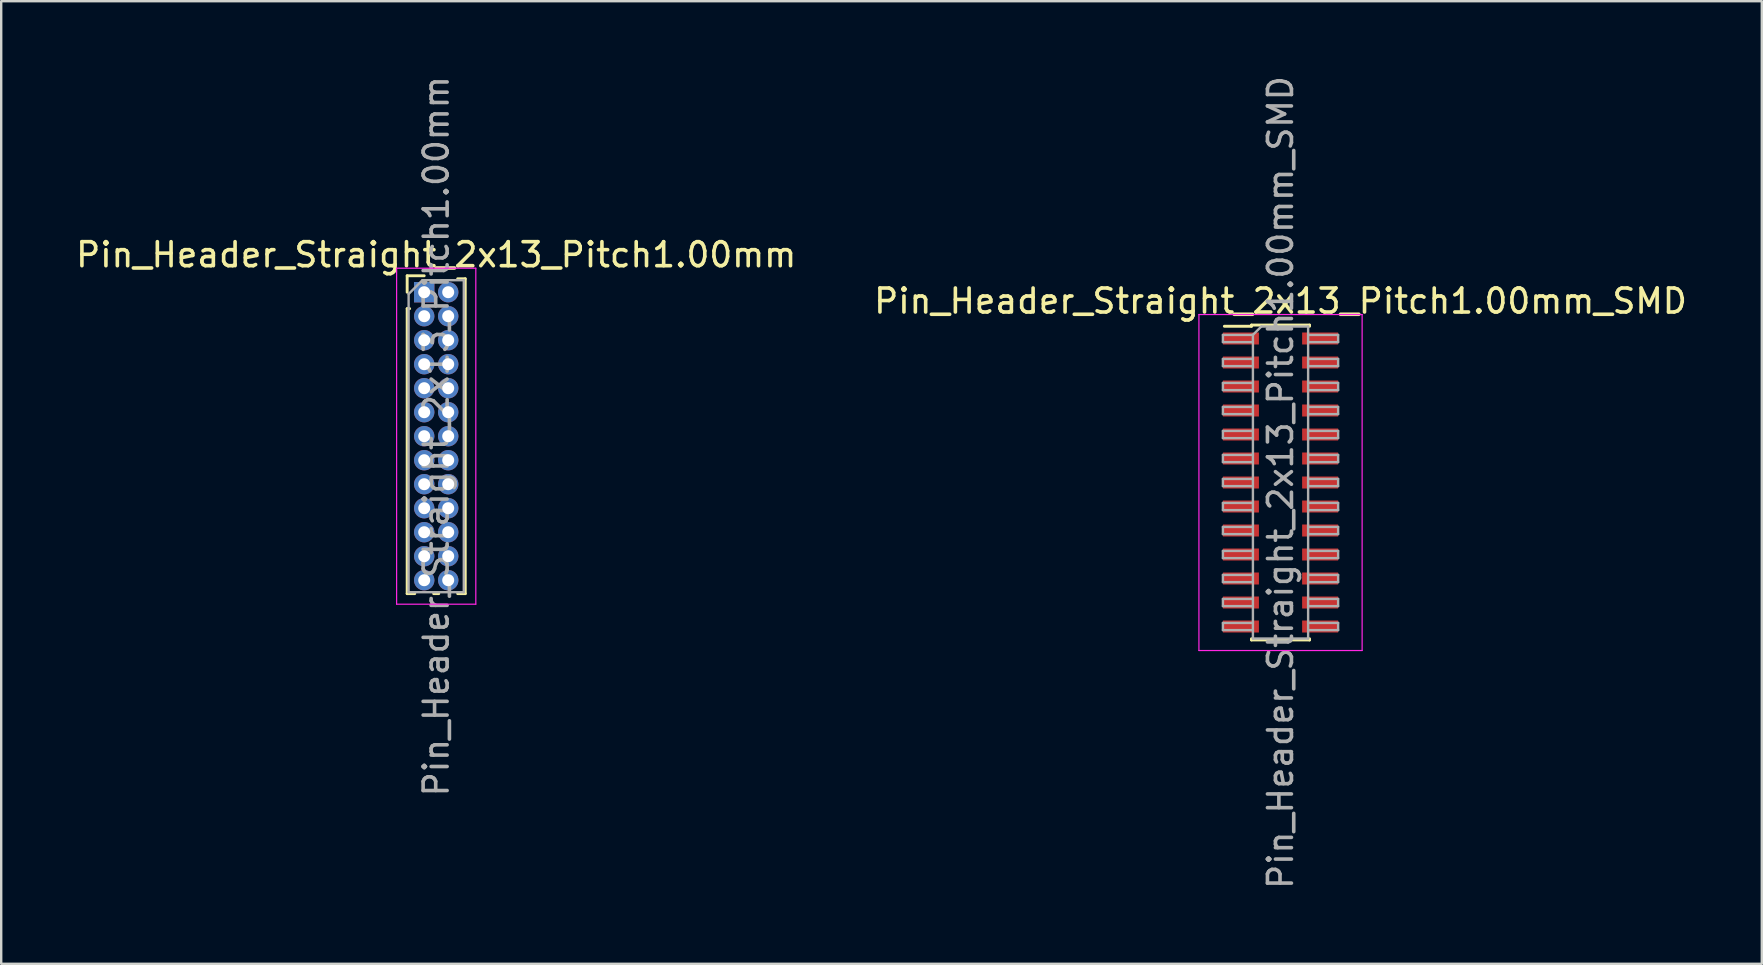
<source format=kicad_pcb>
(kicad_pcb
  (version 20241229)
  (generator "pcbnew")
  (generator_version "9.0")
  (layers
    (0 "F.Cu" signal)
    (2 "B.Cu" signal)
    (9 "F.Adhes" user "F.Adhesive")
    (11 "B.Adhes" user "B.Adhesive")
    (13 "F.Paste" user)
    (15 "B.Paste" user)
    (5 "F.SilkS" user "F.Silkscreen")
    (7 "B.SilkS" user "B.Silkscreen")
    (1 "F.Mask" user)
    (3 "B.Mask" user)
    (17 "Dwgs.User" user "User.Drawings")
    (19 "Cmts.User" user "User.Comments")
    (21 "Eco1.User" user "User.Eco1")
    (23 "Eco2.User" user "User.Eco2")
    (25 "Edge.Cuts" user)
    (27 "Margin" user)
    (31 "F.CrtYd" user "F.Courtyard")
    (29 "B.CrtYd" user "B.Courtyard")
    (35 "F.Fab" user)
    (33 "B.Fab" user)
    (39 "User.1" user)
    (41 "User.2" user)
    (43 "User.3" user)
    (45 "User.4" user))
  (footprint "Pin_Header_Straight_2x13_Pitch1.00mm"
    (layer "F.Cu")
    (at 14.625 9.125)
    (property "Reference" "Pin_Header_Straight_2x13_Pitch1.00mm" (at 0.5 -1.56 0) (layer "F.SilkS") (effects (font (size 1 1) (thickness 0.15))))
    (attr through_hole)
    (fp_line (start -0.71 -0.685) (end 0 -0.685) (stroke (width 0.12) (type solid)) (layer "F.SilkS"))
    (fp_line (start -0.71 0) (end -0.71 -0.685) (stroke (width 0.12) (type solid)) (layer "F.SilkS"))
    (fp_line (start -0.71 0.685) (end -0.71 12.56) (stroke (width 0.12) (type solid)) (layer "F.SilkS"))
    (fp_line (start -0.71 0.685) (end -0.608 0.685) (stroke (width 0.12) (type solid)) (layer "F.SilkS"))
    (fp_line (start -0.71 12.56) (end -0.394 12.56) (stroke (width 0.12) (type solid)) (layer "F.SilkS"))
    (fp_line (start 0.394 12.56) (end 0.606 12.56) (stroke (width 0.12) (type solid)) (layer "F.SilkS"))
    (fp_line (start 1.394 -0.56) (end 1.71 -0.56) (stroke (width 0.12) (type solid)) (layer "F.SilkS"))
    (fp_line (start 1.394 12.56) (end 1.71 12.56) (stroke (width 0.12) (type solid)) (layer "F.SilkS"))
    (fp_line (start 1.71 -0.56) (end 1.71 12.56) (stroke (width 0.12) (type solid)) (layer "F.SilkS"))
    (fp_line (start -1.15 -1) (end -1.15 13) (stroke (width 0.05) (type solid)) (layer "F.CrtYd"))
    (fp_line (start -1.15 13) (end 2.15 13) (stroke (width 0.05) (type solid)) (layer "F.CrtYd"))
    (fp_line (start 2.15 -1) (end -1.15 -1) (stroke (width 0.05) (type solid)) (layer "F.CrtYd"))
    (fp_line (start 2.15 13) (end 2.15 -1) (stroke (width 0.05) (type solid)) (layer "F.CrtYd"))
    (fp_line (start -0.65 0.075) (end -0.075 -0.5) (stroke (width 0.1) (type solid)) (layer "F.Fab"))
    (fp_line (start -0.65 12.5) (end -0.65 0.075) (stroke (width 0.1) (type solid)) (layer "F.Fab"))
    (fp_line (start -0.075 -0.5) (end 1.65 -0.5) (stroke (width 0.1) (type solid)) (layer "F.Fab"))
    (fp_line (start 1.65 -0.5) (end 1.65 12.5) (stroke (width 0.1) (type solid)) (layer "F.Fab"))
    (fp_line (start 1.65 12.5) (end -0.65 12.5) (stroke (width 0.1) (type solid)) (layer "F.Fab"))
    (fp_text user "${REFERENCE}" (at 0.5 6 90) (layer "F.Fab") (effects (font (size 1 1) (thickness 0.15))))
    (pad "1" thru_hole rect (at 0 0) (size 0.85 0.85) (drill 0.5) (layers "*.Cu" "*.Mask"))
    (pad "2" thru_hole oval (at 1 0) (size 0.85 0.85) (drill 0.5) (layers "*.Cu" "*.Mask"))
    (pad "3" thru_hole oval (at 0 1) (size 0.85 0.85) (drill 0.5) (layers "*.Cu" "*.Mask"))
    (pad "4" thru_hole oval (at 1 1) (size 0.85 0.85) (drill 0.5) (layers "*.Cu" "*.Mask"))
    (pad "5" thru_hole oval (at 0 2) (size 0.85 0.85) (drill 0.5) (layers "*.Cu" "*.Mask"))
    (pad "6" thru_hole oval (at 1 2) (size 0.85 0.85) (drill 0.5) (layers "*.Cu" "*.Mask"))
    (pad "7" thru_hole oval (at 0 3) (size 0.85 0.85) (drill 0.5) (layers "*.Cu" "*.Mask"))
    (pad "8" thru_hole oval (at 1 3) (size 0.85 0.85) (drill 0.5) (layers "*.Cu" "*.Mask"))
    (pad "9" thru_hole oval (at 0 4) (size 0.85 0.85) (drill 0.5) (layers "*.Cu" "*.Mask"))
    (pad "10" thru_hole oval (at 1 4) (size 0.85 0.85) (drill 0.5) (layers "*.Cu" "*.Mask"))
    (pad "11" thru_hole oval (at 0 5) (size 0.85 0.85) (drill 0.5) (layers "*.Cu" "*.Mask"))
    (pad "12" thru_hole oval (at 1 5) (size 0.85 0.85) (drill 0.5) (layers "*.Cu" "*.Mask"))
    (pad "13" thru_hole oval (at 0 6) (size 0.85 0.85) (drill 0.5) (layers "*.Cu" "*.Mask"))
    (pad "14" thru_hole oval (at 1 6) (size 0.85 0.85) (drill 0.5) (layers "*.Cu" "*.Mask"))
    (pad "15" thru_hole oval (at 0 7) (size 0.85 0.85) (drill 0.5) (layers "*.Cu" "*.Mask"))
    (pad "16" thru_hole oval (at 1 7) (size 0.85 0.85) (drill 0.5) (layers "*.Cu" "*.Mask"))
    (pad "17" thru_hole oval (at 0 8) (size 0.85 0.85) (drill 0.5) (layers "*.Cu" "*.Mask"))
    (pad "18" thru_hole oval (at 1 8) (size 0.85 0.85) (drill 0.5) (layers "*.Cu" "*.Mask"))
    (pad "19" thru_hole oval (at 0 9) (size 0.85 0.85) (drill 0.5) (layers "*.Cu" "*.Mask"))
    (pad "20" thru_hole oval (at 1 9) (size 0.85 0.85) (drill 0.5) (layers "*.Cu" "*.Mask"))
    (pad "21" thru_hole oval (at 0 10) (size 0.85 0.85) (drill 0.5) (layers "*.Cu" "*.Mask"))
    (pad "22" thru_hole oval (at 1 10) (size 0.85 0.85) (drill 0.5) (layers "*.Cu" "*.Mask"))
    (pad "23" thru_hole oval (at 0 11) (size 0.85 0.85) (drill 0.5) (layers "*.Cu" "*.Mask"))
    (pad "24" thru_hole oval (at 1 11) (size 0.85 0.85) (drill 0.5) (layers "*.Cu" "*.Mask"))
    (pad "25" thru_hole oval (at 0 12) (size 0.85 0.85) (drill 0.5) (layers "*.Cu" "*.Mask"))
    (pad "26" thru_hole oval (at 1 12) (size 0.85 0.85) (drill 0.5) (layers "*.Cu" "*.Mask")))
  (footprint "Pin_Header_Straight_2x13_Pitch1.00mm_SMD"
    (layer "F.Cu")
    (at 50.304 17.054)
    (property "Reference" "Pin_Header_Straight_2x13_Pitch1.00mm_SMD" (at 0 -7.56 0) (layer "F.SilkS") (effects (font (size 1 1) (thickness 0.15))))
    (attr smd)
    (fp_line (start -2.34 -6.51) (end -1.21 -6.51) (stroke (width 0.12) (type solid)) (layer "F.SilkS"))
    (fp_line (start -1.21 -6.56) (end -1.21 -6.51) (stroke (width 0.12) (type solid)) (layer "F.SilkS"))
    (fp_line (start -1.21 -6.56) (end 1.21 -6.56) (stroke (width 0.12) (type solid)) (layer "F.SilkS"))
    (fp_line (start -1.21 6.51) (end -1.21 6.56) (stroke (width 0.12) (type solid)) (layer "F.SilkS"))
    (fp_line (start -1.21 6.56) (end 1.21 6.56) (stroke (width 0.12) (type solid)) (layer "F.SilkS"))
    (fp_line (start 1.21 -6.56) (end 1.21 -6.51) (stroke (width 0.12) (type solid)) (layer "F.SilkS"))
    (fp_line (start 1.21 6.51) (end 1.21 6.56) (stroke (width 0.12) (type solid)) (layer "F.SilkS"))
    (fp_line (start -3.4 -7) (end -3.4 7) (stroke (width 0.05) (type solid)) (layer "F.CrtYd"))
    (fp_line (start -3.4 7) (end 3.4 7) (stroke (width 0.05) (type solid)) (layer "F.CrtYd"))
    (fp_line (start 3.4 -7) (end -3.4 -7) (stroke (width 0.05) (type solid)) (layer "F.CrtYd"))
    (fp_line (start 3.4 7) (end 3.4 -7) (stroke (width 0.05) (type solid)) (layer "F.CrtYd"))
    (fp_line (start -2.4 -6.15) (end -2.4 -5.85) (stroke (width 0.1) (type solid)) (layer "F.Fab"))
    (fp_line (start -2.4 -5.85) (end -1.15 -5.85) (stroke (width 0.1) (type solid)) (layer "F.Fab"))
    (fp_line (start -2.4 -5.15) (end -2.4 -4.85) (stroke (width 0.1) (type solid)) (layer "F.Fab"))
    (fp_line (start -2.4 -4.85) (end -1.15 -4.85) (stroke (width 0.1) (type solid)) (layer "F.Fab"))
    (fp_line (start -2.4 -4.15) (end -2.4 -3.85) (stroke (width 0.1) (type solid)) (layer "F.Fab"))
    (fp_line (start -2.4 -3.85) (end -1.15 -3.85) (stroke (width 0.1) (type solid)) (layer "F.Fab"))
    (fp_line (start -2.4 -3.15) (end -2.4 -2.85) (stroke (width 0.1) (type solid)) (layer "F.Fab"))
    (fp_line (start -2.4 -2.85) (end -1.15 -2.85) (stroke (width 0.1) (type solid)) (layer "F.Fab"))
    (fp_line (start -2.4 -2.15) (end -2.4 -1.85) (stroke (width 0.1) (type solid)) (layer "F.Fab"))
    (fp_line (start -2.4 -1.85) (end -1.15 -1.85) (stroke (width 0.1) (type solid)) (layer "F.Fab"))
    (fp_line (start -2.4 -1.15) (end -2.4 -0.85) (stroke (width 0.1) (type solid)) (layer "F.Fab"))
    (fp_line (start -2.4 -0.85) (end -1.15 -0.85) (stroke (width 0.1) (type solid)) (layer "F.Fab"))
    (fp_line (start -2.4 -0.15) (end -2.4 0.15) (stroke (width 0.1) (type solid)) (layer "F.Fab"))
    (fp_line (start -2.4 0.15) (end -1.15 0.15) (stroke (width 0.1) (type solid)) (layer "F.Fab"))
    (fp_line (start -2.4 0.85) (end -2.4 1.15) (stroke (width 0.1) (type solid)) (layer "F.Fab"))
    (fp_line (start -2.4 1.15) (end -1.15 1.15) (stroke (width 0.1) (type solid)) (layer "F.Fab"))
    (fp_line (start -2.4 1.85) (end -2.4 2.15) (stroke (width 0.1) (type solid)) (layer "F.Fab"))
    (fp_line (start -2.4 2.15) (end -1.15 2.15) (stroke (width 0.1) (type solid)) (layer "F.Fab"))
    (fp_line (start -2.4 2.85) (end -2.4 3.15) (stroke (width 0.1) (type solid)) (layer "F.Fab"))
    (fp_line (start -2.4 3.15) (end -1.15 3.15) (stroke (width 0.1) (type solid)) (layer "F.Fab"))
    (fp_line (start -2.4 3.85) (end -2.4 4.15) (stroke (width 0.1) (type solid)) (layer "F.Fab"))
    (fp_line (start -2.4 4.15) (end -1.15 4.15) (stroke (width 0.1) (type solid)) (layer "F.Fab"))
    (fp_line (start -2.4 4.85) (end -2.4 5.15) (stroke (width 0.1) (type solid)) (layer "F.Fab"))
    (fp_line (start -2.4 5.15) (end -1.15 5.15) (stroke (width 0.1) (type solid)) (layer "F.Fab"))
    (fp_line (start -2.4 5.85) (end -2.4 6.15) (stroke (width 0.1) (type solid)) (layer "F.Fab"))
    (fp_line (start -2.4 6.15) (end -1.15 6.15) (stroke (width 0.1) (type solid)) (layer "F.Fab"))
    (fp_line (start -1.15 -6.15) (end -2.4 -6.15) (stroke (width 0.1) (type solid)) (layer "F.Fab"))
    (fp_line (start -1.15 -6.15) (end -0.8 -6.5) (stroke (width 0.1) (type solid)) (layer "F.Fab"))
    (fp_line (start -1.15 -5.15) (end -2.4 -5.15) (stroke (width 0.1) (type solid)) (layer "F.Fab"))
    (fp_line (start -1.15 -4.15) (end -2.4 -4.15) (stroke (width 0.1) (type solid)) (layer "F.Fab"))
    (fp_line (start -1.15 -3.15) (end -2.4 -3.15) (stroke (width 0.1) (type solid)) (layer "F.Fab"))
    (fp_line (start -1.15 -2.15) (end -2.4 -2.15) (stroke (width 0.1) (type solid)) (layer "F.Fab"))
    (fp_line (start -1.15 -1.15) (end -2.4 -1.15) (stroke (width 0.1) (type solid)) (layer "F.Fab"))
    (fp_line (start -1.15 -0.15) (end -2.4 -0.15) (stroke (width 0.1) (type solid)) (layer "F.Fab"))
    (fp_line (start -1.15 0.85) (end -2.4 0.85) (stroke (width 0.1) (type solid)) (layer "F.Fab"))
    (fp_line (start -1.15 1.85) (end -2.4 1.85) (stroke (width 0.1) (type solid)) (layer "F.Fab"))
    (fp_line (start -1.15 2.85) (end -2.4 2.85) (stroke (width 0.1) (type solid)) (layer "F.Fab"))
    (fp_line (start -1.15 3.85) (end -2.4 3.85) (stroke (width 0.1) (type solid)) (layer "F.Fab"))
    (fp_line (start -1.15 4.85) (end -2.4 4.85) (stroke (width 0.1) (type solid)) (layer "F.Fab"))
    (fp_line (start -1.15 5.85) (end -2.4 5.85) (stroke (width 0.1) (type solid)) (layer "F.Fab"))
    (fp_line (start -1.15 6.5) (end -1.15 -6.15) (stroke (width 0.1) (type solid)) (layer "F.Fab"))
    (fp_line (start -0.8 -6.5) (end 1.15 -6.5) (stroke (width 0.1) (type solid)) (layer "F.Fab"))
    (fp_line (start 1.15 -6.5) (end 1.15 6.5) (stroke (width 0.1) (type solid)) (layer "F.Fab"))
    (fp_line (start 1.15 -6.15) (end 2.4 -6.15) (stroke (width 0.1) (type solid)) (layer "F.Fab"))
    (fp_line (start 1.15 -5.15) (end 2.4 -5.15) (stroke (width 0.1) (type solid)) (layer "F.Fab"))
    (fp_line (start 1.15 -4.15) (end 2.4 -4.15) (stroke (width 0.1) (type solid)) (layer "F.Fab"))
    (fp_line (start 1.15 -3.15) (end 2.4 -3.15) (stroke (width 0.1) (type solid)) (layer "F.Fab"))
    (fp_line (start 1.15 -2.15) (end 2.4 -2.15) (stroke (width 0.1) (type solid)) (layer "F.Fab"))
    (fp_line (start 1.15 -1.15) (end 2.4 -1.15) (stroke (width 0.1) (type solid)) (layer "F.Fab"))
    (fp_line (start 1.15 -0.15) (end 2.4 -0.15) (stroke (width 0.1) (type solid)) (layer "F.Fab"))
    (fp_line (start 1.15 0.85) (end 2.4 0.85) (stroke (width 0.1) (type solid)) (layer "F.Fab"))
    (fp_line (start 1.15 1.85) (end 2.4 1.85) (stroke (width 0.1) (type solid)) (layer "F.Fab"))
    (fp_line (start 1.15 2.85) (end 2.4 2.85) (stroke (width 0.1) (type solid)) (layer "F.Fab"))
    (fp_line (start 1.15 3.85) (end 2.4 3.85) (stroke (width 0.1) (type solid)) (layer "F.Fab"))
    (fp_line (start 1.15 4.85) (end 2.4 4.85) (stroke (width 0.1) (type solid)) (layer "F.Fab"))
    (fp_line (start 1.15 5.85) (end 2.4 5.85) (stroke (width 0.1) (type solid)) (layer "F.Fab"))
    (fp_line (start 1.15 6.5) (end -1.15 6.5) (stroke (width 0.1) (type solid)) (layer "F.Fab"))
    (fp_line (start 2.4 -6.15) (end 2.4 -5.85) (stroke (width 0.1) (type solid)) (layer "F.Fab"))
    (fp_line (start 2.4 -5.85) (end 1.15 -5.85) (stroke (width 0.1) (type solid)) (layer "F.Fab"))
    (fp_line (start 2.4 -5.15) (end 2.4 -4.85) (stroke (width 0.1) (type solid)) (layer "F.Fab"))
    (fp_line (start 2.4 -4.85) (end 1.15 -4.85) (stroke (width 0.1) (type solid)) (layer "F.Fab"))
    (fp_line (start 2.4 -4.15) (end 2.4 -3.85) (stroke (width 0.1) (type solid)) (layer "F.Fab"))
    (fp_line (start 2.4 -3.85) (end 1.15 -3.85) (stroke (width 0.1) (type solid)) (layer "F.Fab"))
    (fp_line (start 2.4 -3.15) (end 2.4 -2.85) (stroke (width 0.1) (type solid)) (layer "F.Fab"))
    (fp_line (start 2.4 -2.85) (end 1.15 -2.85) (stroke (width 0.1) (type solid)) (layer "F.Fab"))
    (fp_line (start 2.4 -2.15) (end 2.4 -1.85) (stroke (width 0.1) (type solid)) (layer "F.Fab"))
    (fp_line (start 2.4 -1.85) (end 1.15 -1.85) (stroke (width 0.1) (type solid)) (layer "F.Fab"))
    (fp_line (start 2.4 -1.15) (end 2.4 -0.85) (stroke (width 0.1) (type solid)) (layer "F.Fab"))
    (fp_line (start 2.4 -0.85) (end 1.15 -0.85) (stroke (width 0.1) (type solid)) (layer "F.Fab"))
    (fp_line (start 2.4 -0.15) (end 2.4 0.15) (stroke (width 0.1) (type solid)) (layer "F.Fab"))
    (fp_line (start 2.4 0.15) (end 1.15 0.15) (stroke (width 0.1) (type solid)) (layer "F.Fab"))
    (fp_line (start 2.4 0.85) (end 2.4 1.15) (stroke (width 0.1) (type solid)) (layer "F.Fab"))
    (fp_line (start 2.4 1.15) (end 1.15 1.15) (stroke (width 0.1) (type solid)) (layer "F.Fab"))
    (fp_line (start 2.4 1.85) (end 2.4 2.15) (stroke (width 0.1) (type solid)) (layer "F.Fab"))
    (fp_line (start 2.4 2.15) (end 1.15 2.15) (stroke (width 0.1) (type solid)) (layer "F.Fab"))
    (fp_line (start 2.4 2.85) (end 2.4 3.15) (stroke (width 0.1) (type solid)) (layer "F.Fab"))
    (fp_line (start 2.4 3.15) (end 1.15 3.15) (stroke (width 0.1) (type solid)) (layer "F.Fab"))
    (fp_line (start 2.4 3.85) (end 2.4 4.15) (stroke (width 0.1) (type solid)) (layer "F.Fab"))
    (fp_line (start 2.4 4.15) (end 1.15 4.15) (stroke (width 0.1) (type solid)) (layer "F.Fab"))
    (fp_line (start 2.4 4.85) (end 2.4 5.15) (stroke (width 0.1) (type solid)) (layer "F.Fab"))
    (fp_line (start 2.4 5.15) (end 1.15 5.15) (stroke (width 0.1) (type solid)) (layer "F.Fab"))
    (fp_line (start 2.4 5.85) (end 2.4 6.15) (stroke (width 0.1) (type solid)) (layer "F.Fab"))
    (fp_line (start 2.4 6.15) (end 1.15 6.15) (stroke (width 0.1) (type solid)) (layer "F.Fab"))
    (fp_text user "${REFERENCE}" (at 0 0 90) (layer "F.Fab") (effects (font (size 1 1) (thickness 0.15))))
    (pad "1" smd rect (at -1.65 -6) (size 1.5 0.5) (layers "F.Cu" "F.Mask" "F.Paste"))
    (pad "2" smd rect (at 1.65 -6) (size 1.5 0.5) (layers "F.Cu" "F.Mask" "F.Paste"))
    (pad "3" smd rect (at -1.65 -5) (size 1.5 0.5) (layers "F.Cu" "F.Mask" "F.Paste"))
    (pad "4" smd rect (at 1.65 -5) (size 1.5 0.5) (layers "F.Cu" "F.Mask" "F.Paste"))
    (pad "5" smd rect (at -1.65 -4) (size 1.5 0.5) (layers "F.Cu" "F.Mask" "F.Paste"))
    (pad "6" smd rect (at 1.65 -4) (size 1.5 0.5) (layers "F.Cu" "F.Mask" "F.Paste"))
    (pad "7" smd rect (at -1.65 -3) (size 1.5 0.5) (layers "F.Cu" "F.Mask" "F.Paste"))
    (pad "8" smd rect (at 1.65 -3) (size 1.5 0.5) (layers "F.Cu" "F.Mask" "F.Paste"))
    (pad "9" smd rect (at -1.65 -2) (size 1.5 0.5) (layers "F.Cu" "F.Mask" "F.Paste"))
    (pad "10" smd rect (at 1.65 -2) (size 1.5 0.5) (layers "F.Cu" "F.Mask" "F.Paste"))
    (pad "11" smd rect (at -1.65 -1) (size 1.5 0.5) (layers "F.Cu" "F.Mask" "F.Paste"))
    (pad "12" smd rect (at 1.65 -1) (size 1.5 0.5) (layers "F.Cu" "F.Mask" "F.Paste"))
    (pad "13" smd rect (at -1.65 0) (size 1.5 0.5) (layers "F.Cu" "F.Mask" "F.Paste"))
    (pad "14" smd rect (at 1.65 0) (size 1.5 0.5) (layers "F.Cu" "F.Mask" "F.Paste"))
    (pad "15" smd rect (at -1.65 1) (size 1.5 0.5) (layers "F.Cu" "F.Mask" "F.Paste"))
    (pad "16" smd rect (at 1.65 1) (size 1.5 0.5) (layers "F.Cu" "F.Mask" "F.Paste"))
    (pad "17" smd rect (at -1.65 2) (size 1.5 0.5) (layers "F.Cu" "F.Mask" "F.Paste"))
    (pad "18" smd rect (at 1.65 2) (size 1.5 0.5) (layers "F.Cu" "F.Mask" "F.Paste"))
    (pad "19" smd rect (at -1.65 3) (size 1.5 0.5) (layers "F.Cu" "F.Mask" "F.Paste"))
    (pad "20" smd rect (at 1.65 3) (size 1.5 0.5) (layers "F.Cu" "F.Mask" "F.Paste"))
    (pad "21" smd rect (at -1.65 4) (size 1.5 0.5) (layers "F.Cu" "F.Mask" "F.Paste"))
    (pad "22" smd rect (at 1.65 4) (size 1.5 0.5) (layers "F.Cu" "F.Mask" "F.Paste"))
    (pad "23" smd rect (at -1.65 5) (size 1.5 0.5) (layers "F.Cu" "F.Mask" "F.Paste"))
    (pad "24" smd rect (at 1.65 5) (size 1.5 0.5) (layers "F.Cu" "F.Mask" "F.Paste"))
    (pad "25" smd rect (at -1.65 6) (size 1.5 0.5) (layers "F.Cu" "F.Mask" "F.Paste"))
    (pad "26" smd rect (at 1.65 6) (size 1.5 0.5) (layers "F.Cu" "F.Mask" "F.Paste")))
  (gr_rect
    (start -3 -3)
    (end 70.357 37.107)
    (stroke (width 0.1) (type default))
    (fill no)
    (layer "Edge.Cuts")))
</source>
